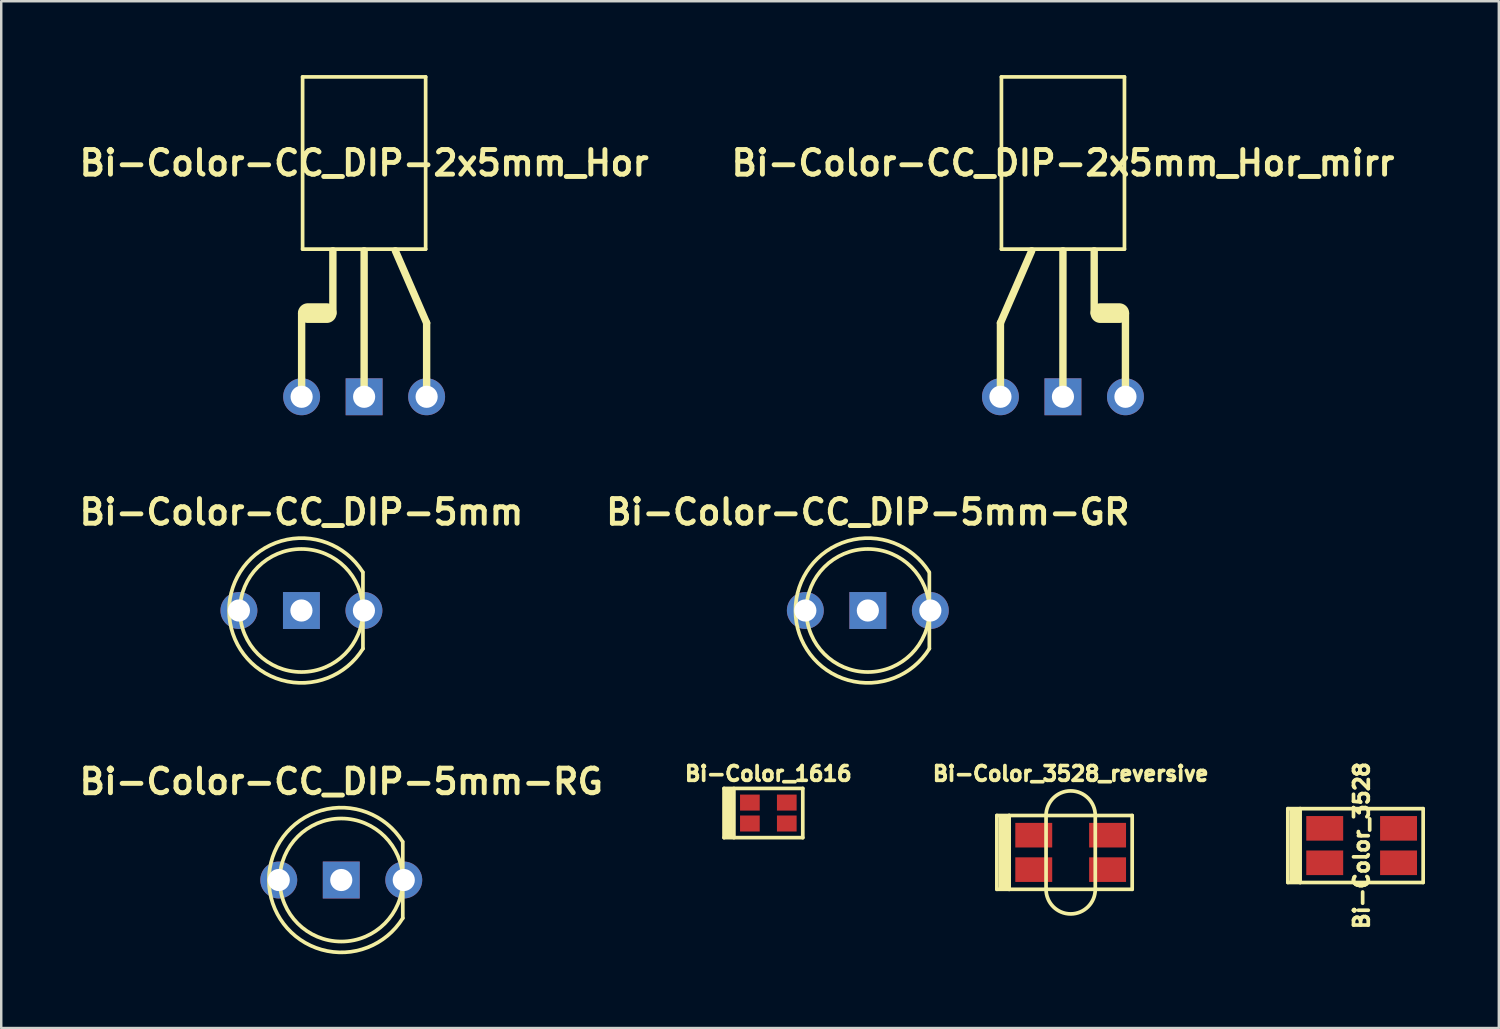
<source format=kicad_pcb>
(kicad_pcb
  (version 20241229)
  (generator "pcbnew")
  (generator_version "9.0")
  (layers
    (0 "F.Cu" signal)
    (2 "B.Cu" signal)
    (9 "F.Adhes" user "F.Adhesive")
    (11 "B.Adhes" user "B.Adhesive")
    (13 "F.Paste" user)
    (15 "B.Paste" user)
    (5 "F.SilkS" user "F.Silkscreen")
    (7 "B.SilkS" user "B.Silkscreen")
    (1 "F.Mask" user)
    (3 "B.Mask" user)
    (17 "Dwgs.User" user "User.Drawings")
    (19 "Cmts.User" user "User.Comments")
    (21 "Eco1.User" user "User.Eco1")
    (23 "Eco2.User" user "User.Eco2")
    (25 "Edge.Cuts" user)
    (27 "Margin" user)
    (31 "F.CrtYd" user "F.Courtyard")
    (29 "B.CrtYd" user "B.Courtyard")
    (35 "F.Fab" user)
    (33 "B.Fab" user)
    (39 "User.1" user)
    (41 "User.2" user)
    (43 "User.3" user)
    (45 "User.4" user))
  (footprint "Bi-Color-СС_DIP-2x5mm_Hor_mirr"
    (layer "F.Cu")
    (at 40.148 13.075)
    (property "Reference" "Bi-Color-СС_DIP-2x5mm_Hor_mirr" (at 0 -9.5 0) (layer "F.SilkS") (effects (font (size 1 1) (thickness 0.2))))
    (attr smd)
    (fp_line (start -2.54 0) (end -2.54 -3) (stroke (width 0.3) (type solid)) (layer "F.SilkS"))
    (fp_line (start -2.5 -13) (end -2.5 -6) (stroke (width 0.15) (type solid)) (layer "F.SilkS"))
    (fp_line (start -2.5 -6) (end 2.5 -6) (stroke (width 0.15) (type solid)) (layer "F.SilkS"))
    (fp_line (start -1.27 -5.93) (end -2.54 -3) (stroke (width 0.3) (type solid)) (layer "F.SilkS"))
    (fp_line (start 0 0) (end 0 -5.93) (stroke (width 0.3) (type solid)) (layer "F.SilkS"))
    (fp_line (start 1.27 -3.4) (end 1.27 -5.93) (stroke (width 0.3) (type solid)) (layer "F.SilkS"))
    (fp_line (start 2.29 -3.4) (end 1.52 -3.4) (stroke (width 0.8) (type solid)) (layer "F.SilkS"))
    (fp_line (start 2.5 -13) (end -2.5 -13) (stroke (width 0.15) (type solid)) (layer "F.SilkS"))
    (fp_line (start 2.5 -6) (end 2.5 -13) (stroke (width 0.15) (type solid)) (layer "F.SilkS"))
    (fp_line (start 2.54 0) (end 2.54 -3.4) (stroke (width 0.3) (type solid)) (layer "F.SilkS"))
    (pad "CC" thru_hole rect (at 0 0) (size 1.5 1.5) (drill 0.9) (layers "*.Cu" "*.Mask"))
    (pad "GA" thru_hole circle (at -2.54 0) (size 1.5 1.5) (drill 0.9) (layers "*.Cu" "*.Mask"))
    (pad "RA" thru_hole circle (at 2.54 0) (size 1.5 1.5) (drill 0.9) (layers "*.Cu" "*.Mask")))
  (footprint "Bi-Color-СС_DIP-5mm-GR"
    (layer "F.Cu")
    (at 32.219 21.761)
    (property "Reference" "Bi-Color-СС_DIP-5mm-GR" (at 0 -4 0) (layer "F.SilkS") (effects (font (size 1 1) (thickness 0.2))))
    (attr through_hole)
    (fp_line (start 2.5 -1.55) (end 2.5 1.55) (stroke (width 0.15) (type solid)) (layer "F.SilkS"))
    (fp_arc (start 2.5 1.55) (mid -2.941495 0.010324) (end 2.489059 -1.56751) (stroke (width 0.15) (type solid)) (layer "F.SilkS"))
    (fp_circle (center 0 0) (end 2.5 0) (stroke (width 0.15) (type solid)) (fill no) (layer "F.SilkS"))
    (pad "CC" thru_hole rect (at 0 0) (size 1.5 1.5) (drill 0.9) (layers "*.Cu" "*.Mask"))
    (pad "GA" thru_hole circle (at 2.54 0) (size 1.5 1.5) (drill 0.9) (layers "*.Cu" "*.Mask"))
    (pad "RA" thru_hole circle (at -2.54 0) (size 1.5 1.5) (drill 0.9) (layers "*.Cu" "*.Mask")))
  (footprint "Bi-Color-СС_DIP-5mm"
    (layer "F.Cu")
    (at 9.2 21.761)
    (property "Reference" "Bi-Color-СС_DIP-5mm" (at 0 -4 0) (layer "F.SilkS") (effects (font (size 1 1) (thickness 0.2))))
    (attr through_hole)
    (fp_line (start 2.5 -1.55) (end 2.5 1.55) (stroke (width 0.15) (type solid)) (layer "F.SilkS"))
    (fp_arc (start 2.5 1.55) (mid -2.941495 0.010324) (end 2.489059 -1.56751) (stroke (width 0.15) (type solid)) (layer "F.SilkS"))
    (fp_circle (center 0 0) (end 2.5 0) (stroke (width 0.15) (type solid)) (fill no) (layer "F.SilkS"))
    (pad "CC" thru_hole rect (at 0 0) (size 1.5 1.5) (drill 0.9) (layers "*.Cu" "*.Mask"))
    (pad "GA" thru_hole circle (at 2.54 0) (size 1.5 1.5) (drill 0.9) (layers "*.Cu" "*.Mask"))
    (pad "RA" thru_hole circle (at -2.54 0) (size 1.5 1.5) (drill 0.9) (layers "*.Cu" "*.Mask")))
  (footprint "Bi-Color-СС_DIP-2x5mm_Hor"
    (layer "F.Cu")
    (at 11.748 13.075)
    (property "Reference" "Bi-Color-СС_DIP-2x5mm_Hor" (at 0 -9.5 0) (layer "F.SilkS") (effects (font (size 1 1) (thickness 0.2))))
    (attr through_hole)
    (fp_line (start -2.54 0) (end -2.54 -3.4) (stroke (width 0.3) (type solid)) (layer "F.SilkS"))
    (fp_line (start -2.5 -13) (end 2.5 -13) (stroke (width 0.15) (type solid)) (layer "F.SilkS"))
    (fp_line (start -2.5 -6) (end -2.5 -13) (stroke (width 0.15) (type solid)) (layer "F.SilkS"))
    (fp_line (start -2.29 -3.4) (end -1.52 -3.4) (stroke (width 0.8) (type solid)) (layer "F.SilkS"))
    (fp_line (start -1.27 -3.4) (end -1.27 -5.93) (stroke (width 0.3) (type solid)) (layer "F.SilkS"))
    (fp_line (start 0 0) (end 0 -5.93) (stroke (width 0.3) (type solid)) (layer "F.SilkS"))
    (fp_line (start 1.27 -5.93) (end 2.54 -3) (stroke (width 0.3) (type solid)) (layer "F.SilkS"))
    (fp_line (start 2.5 -13) (end 2.5 -6) (stroke (width 0.15) (type solid)) (layer "F.SilkS"))
    (fp_line (start 2.5 -6) (end -2.5 -6) (stroke (width 0.15) (type solid)) (layer "F.SilkS"))
    (fp_line (start 2.54 0) (end 2.54 -3) (stroke (width 0.3) (type solid)) (layer "F.SilkS"))
    (pad "CC" thru_hole rect (at 0 0) (size 1.5 1.5) (drill 0.9) (layers "*.Cu" "*.Mask"))
    (pad "GA" thru_hole circle (at 2.54 0) (size 1.5 1.5) (drill 0.9) (layers "*.Cu" "*.Mask"))
    (pad "RA" thru_hole circle (at -2.54 0) (size 1.5 1.5) (drill 0.9) (layers "*.Cu" "*.Mask")))
  (footprint "Bi-Color_1616"
    (layer "F.Cu")
    (at 28.175 29.992)
    (property "Reference" "Bi-Color_1616" (at 0 -1.6 0) (layer "F.SilkS") (effects (font (size 0.6 0.6) (thickness 0.15))))
    (attr smd)
    (fp_line (start -1.8 -1) (end -1.8 1) (stroke (width 0.15) (type solid)) (layer "F.SilkS"))
    (fp_line (start -1.714 -0.953) (end -1.714 0.953) (stroke (width 0.15) (type solid)) (layer "F.SilkS"))
    (fp_line (start -1.651 0.953) (end -1.651 -0.953) (stroke (width 0.15) (type solid)) (layer "F.SilkS"))
    (fp_line (start -1.524 -0.953) (end -1.524 0.953) (stroke (width 0.15) (type solid)) (layer "F.SilkS"))
    (fp_line (start -1.4 -1) (end -1.4 1) (stroke (width 0.15) (type solid)) (layer "F.SilkS"))
    (fp_line (start 1.4 -1) (end -1.8 -1) (stroke (width 0.15) (type solid)) (layer "F.SilkS"))
    (fp_line (start 1.4 -1) (end 1.4 1) (stroke (width 0.15) (type solid)) (layer "F.SilkS"))
    (fp_line (start 1.4 1) (end -1.8 1) (stroke (width 0.15) (type solid)) (layer "F.SilkS"))
    (pad "GA" smd rect (at 0.75 0.425) (size 0.8 0.65) (layers "F.Cu" "F.Mask" "F.Paste"))
    (pad "GC" smd rect (at -0.75 0.425) (size 0.8 0.65) (layers "F.Cu" "F.Mask" "F.Paste"))
    (pad "RA" smd rect (at 0.75 -0.425) (size 0.8 0.65) (layers "F.Cu" "F.Mask" "F.Paste"))
    (pad "RC" smd rect (at -0.75 -0.425) (size 0.8 0.65) (layers "F.Cu" "F.Mask" "F.Paste")))
  (footprint "Bi-Color-СС_DIP-5mm-RG"
    (layer "F.Cu")
    (at 10.819 32.714)
    (property "Reference" "Bi-Color-СС_DIP-5mm-RG" (at 0 -4 0) (layer "F.SilkS") (effects (font (size 1 1) (thickness 0.2))))
    (attr through_hole)
    (fp_line (start 2.5 -1.55) (end 2.5 1.55) (stroke (width 0.15) (type solid)) (layer "F.SilkS"))
    (fp_arc (start 2.5 1.55) (mid -2.941495 0.010324) (end 2.489059 -1.56751) (stroke (width 0.15) (type solid)) (layer "F.SilkS"))
    (fp_circle (center 0 0) (end 2.5 0) (stroke (width 0.15) (type solid)) (fill no) (layer "F.SilkS"))
    (pad "CC" thru_hole rect (at 0 0) (size 1.5 1.5) (drill 0.9) (layers "*.Cu" "*.Mask"))
    (pad "GA" thru_hole circle (at -2.54 0) (size 1.5 1.5) (drill 0.9) (layers "*.Cu" "*.Mask"))
    (pad "RA" thru_hole circle (at 2.54 0) (size 1.5 1.5) (drill 0.9) (layers "*.Cu" "*.Mask")))
  (footprint "Bi-Color_3528_reversive"
    (layer "F.Cu")
    (at 40.462 31.592)
    (property "Reference" "Bi-Color_3528_reversive" (at 0 -3.2 0) (layer "F.SilkS") (effects (font (size 0.6 0.6) (thickness 0.15))))
    (attr through_hole)
    (fp_line (start -3 -1.5) (end -3 1.5) (stroke (width 0.15) (type solid)) (layer "F.SilkS"))
    (fp_line (start -3 -1.5) (end -2.5 -1.5) (stroke (width 0.15) (type solid)) (layer "F.SilkS"))
    (fp_line (start -3 1.5) (end -2.5 1.5) (stroke (width 0.15) (type solid)) (layer "F.SilkS"))
    (fp_line (start -2.857 -1.46) (end -2.857 1.46) (stroke (width 0.15) (type solid)) (layer "F.SilkS"))
    (fp_line (start -2.731 1.46) (end -2.731 -1.46) (stroke (width 0.15) (type solid)) (layer "F.SilkS"))
    (fp_line (start -2.603 -1.46) (end -2.603 1.46) (stroke (width 0.15) (type solid)) (layer "F.SilkS"))
    (fp_line (start -2.5 -1.5) (end -2.5 1.5) (stroke (width 0.15) (type solid)) (layer "F.SilkS"))
    (fp_line (start -2.5 -1.5) (end 2.5 -1.5) (stroke (width 0.15) (type solid)) (layer "F.SilkS"))
    (fp_line (start -1 -1.5) (end -1 1.5) (stroke (width 0.15) (type solid)) (layer "F.SilkS"))
    (fp_line (start 1 -1.5) (end 1 1.5) (stroke (width 0.15) (type solid)) (layer "F.SilkS"))
    (fp_line (start 2.5 -1.5) (end 2.5 1.5) (stroke (width 0.15) (type solid)) (layer "F.SilkS"))
    (fp_line (start 2.5 1.5) (end -2.5 1.5) (stroke (width 0.15) (type solid)) (layer "F.SilkS"))
    (fp_arc (start -1 -1.5) (mid 0 -2.5) (end 1 -1.5) (stroke (width 0.15) (type solid)) (layer "F.SilkS"))
    (fp_arc (start 1 1.5) (mid 0 2.5) (end -1 1.5) (stroke (width 0.15) (type solid)) (layer "F.SilkS"))
    (pad "GA" smd rect (at 1.5 0.7) (size 1.5 1) (layers "F.Cu" "F.Mask" "F.Paste"))
    (pad "GC" smd rect (at -1.5 0.7) (size 1.5 1) (layers "F.Cu" "F.Mask" "F.Paste"))
    (pad "RA" smd rect (at 1.5 -0.7) (size 1.5 1) (layers "F.Cu" "F.Mask" "F.Paste"))
    (pad "RC" smd rect (at -1.5 -0.7) (size 1.5 1) (layers "F.Cu" "F.Mask" "F.Paste")))
  (footprint "Bi-Color_3528"
    (layer "F.Cu")
    (at 52.287 31.314)
    (property "Reference" "Bi-Color_3528" (at 0 0 90) (layer "F.SilkS") (effects (font (size 0.6 0.6) (thickness 0.15))))
    (attr smd)
    (fp_line (start -3 -1.5) (end -3 1.5) (stroke (width 0.15) (type solid)) (layer "F.SilkS"))
    (fp_line (start -3 -1.5) (end -2.5 -1.5) (stroke (width 0.15) (type solid)) (layer "F.SilkS"))
    (fp_line (start -3 1.5) (end -2.5 1.5) (stroke (width 0.15) (type solid)) (layer "F.SilkS"))
    (fp_line (start -2.857 -1.46) (end -2.857 1.46) (stroke (width 0.15) (type solid)) (layer "F.SilkS"))
    (fp_line (start -2.731 1.46) (end -2.731 -1.46) (stroke (width 0.15) (type solid)) (layer "F.SilkS"))
    (fp_line (start -2.603 -1.46) (end -2.603 1.46) (stroke (width 0.15) (type solid)) (layer "F.SilkS"))
    (fp_line (start -2.5 -1.5) (end -2.5 1.5) (stroke (width 0.15) (type solid)) (layer "F.SilkS"))
    (fp_line (start -2.5 -1.5) (end 2.5 -1.5) (stroke (width 0.15) (type solid)) (layer "F.SilkS"))
    (fp_line (start 2.5 -1.5) (end 2.5 1.5) (stroke (width 0.15) (type solid)) (layer "F.SilkS"))
    (fp_line (start 2.5 1.5) (end -2.5 1.5) (stroke (width 0.15) (type solid)) (layer "F.SilkS"))
    (pad "GA" smd rect (at 1.5 0.7) (size 1.5 1) (layers "F.Cu" "F.Mask" "F.Paste"))
    (pad "GC" smd rect (at -1.5 0.7) (size 1.5 1) (layers "F.Cu" "F.Mask" "F.Paste"))
    (pad "RA" smd rect (at 1.5 -0.7) (size 1.5 1) (layers "F.Cu" "F.Mask" "F.Paste"))
    (pad "RC" smd rect (at -1.5 -0.7) (size 1.5 1) (layers "F.Cu" "F.Mask" "F.Paste")))
  (gr_rect
    (start -3 -3)
    (end 57.862 38.73)
    (stroke (width 0.1) (type default))
    (fill no)
    (layer "Edge.Cuts")))
</source>
